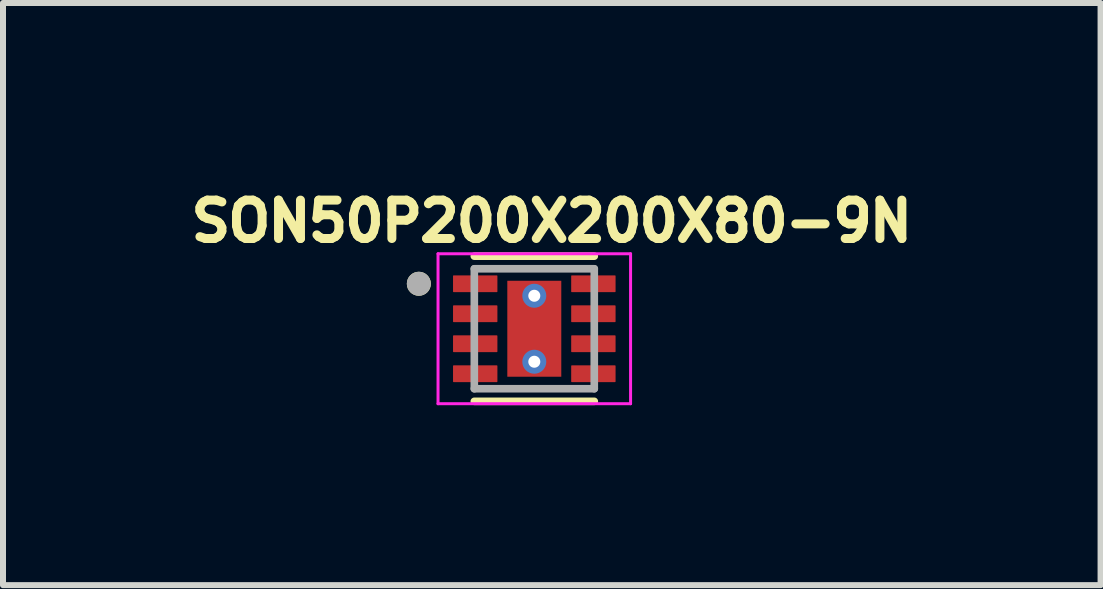
<source format=kicad_pcb>
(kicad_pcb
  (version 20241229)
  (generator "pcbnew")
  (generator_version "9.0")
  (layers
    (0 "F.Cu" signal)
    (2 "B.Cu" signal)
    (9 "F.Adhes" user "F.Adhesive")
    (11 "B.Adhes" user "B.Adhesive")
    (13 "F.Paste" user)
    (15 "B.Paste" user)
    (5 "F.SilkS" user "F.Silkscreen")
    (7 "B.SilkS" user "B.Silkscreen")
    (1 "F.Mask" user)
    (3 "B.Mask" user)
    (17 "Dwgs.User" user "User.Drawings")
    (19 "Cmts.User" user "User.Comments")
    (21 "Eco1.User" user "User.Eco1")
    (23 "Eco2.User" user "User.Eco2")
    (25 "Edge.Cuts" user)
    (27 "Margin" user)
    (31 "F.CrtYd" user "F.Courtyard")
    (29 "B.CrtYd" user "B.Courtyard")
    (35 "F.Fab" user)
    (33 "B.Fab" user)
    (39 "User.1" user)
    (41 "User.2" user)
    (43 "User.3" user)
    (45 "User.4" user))
  (footprint "SON50P200X200X80-9N"
    (layer "F.Cu")
    (at 5.858 2.431)
    (property "Reference" "SON50P200X200X80-9N" (at 0.292 -1.793 0) (layer "F.SilkS") (effects (font (size 0.64 0.64) (thickness 0.15))))
    (attr smd)
    (fp_line (start -1 -1.21) (end 1 -1.21) (stroke (width 0.127) (type solid)) (layer "F.SilkS"))
    (fp_line (start -1 1.21) (end 1 1.21) (stroke (width 0.127) (type solid)) (layer "F.SilkS"))
    (fp_circle (center -1.925 -0.75) (end -1.825 -0.75) (stroke (width 0.2) (type solid)) (fill no) (layer "F.SilkS"))
    (fp_poly (pts (xy -0.28 -0.51) (xy 0.28 -0.51) (xy 0.28 0.51) (xy -0.28 0.51)) (stroke (width 0.01) (type solid)) (fill yes) (layer "F.Paste"))
    (fp_line (start -1.605 -1.25) (end -1.605 1.25) (stroke (width 0.05) (type solid)) (layer "F.CrtYd"))
    (fp_line (start -1.605 -1.25) (end 1.605 -1.25) (stroke (width 0.05) (type solid)) (layer "F.CrtYd"))
    (fp_line (start -1.605 1.25) (end 1.605 1.25) (stroke (width 0.05) (type solid)) (layer "F.CrtYd"))
    (fp_line (start 1.605 -1.25) (end 1.605 1.25) (stroke (width 0.05) (type solid)) (layer "F.CrtYd"))
    (fp_line (start -1 -1) (end -1 1) (stroke (width 0.127) (type solid)) (layer "F.Fab"))
    (fp_line (start -1 -1) (end 1 -1) (stroke (width 0.127) (type solid)) (layer "F.Fab"))
    (fp_line (start -1 1) (end 1 1) (stroke (width 0.127) (type solid)) (layer "F.Fab"))
    (fp_line (start 1 -1) (end 1 1) (stroke (width 0.127) (type solid)) (layer "F.Fab"))
    (fp_circle (center -1.925 -0.75) (end -1.825 -0.75) (stroke (width 0.2) (type solid)) (fill no) (layer "F.Fab"))
    (pad "1" smd roundrect (at -0.985 -0.75) (size 0.74 0.28) (layers "F.Cu" "F.Mask" "F.Paste") (roundrect_rratio 0.04))
    (pad "2" smd roundrect (at -0.985 -0.25) (size 0.74 0.28) (layers "F.Cu" "F.Mask" "F.Paste") (roundrect_rratio 0.04))
    (pad "3" smd roundrect (at -0.985 0.25) (size 0.74 0.28) (layers "F.Cu" "F.Mask" "F.Paste") (roundrect_rratio 0.04))
    (pad "4" smd roundrect (at -0.985 0.75) (size 0.74 0.28) (layers "F.Cu" "F.Mask" "F.Paste") (roundrect_rratio 0.04))
    (pad "5" smd roundrect (at 0.985 0.75) (size 0.74 0.28) (layers "F.Cu" "F.Mask" "F.Paste") (roundrect_rratio 0.04))
    (pad "6" smd roundrect (at 0.985 0.25) (size 0.74 0.28) (layers "F.Cu" "F.Mask" "F.Paste") (roundrect_rratio 0.04))
    (pad "7" smd roundrect (at 0.985 -0.25) (size 0.74 0.28) (layers "F.Cu" "F.Mask" "F.Paste") (roundrect_rratio 0.04))
    (pad "8" smd roundrect (at 0.985 -0.75) (size 0.74 0.28) (layers "F.Cu" "F.Mask" "F.Paste") (roundrect_rratio 0.04))
    (pad "9" smd rect (at 0 0) (size 0.9 1.6) (layers "F.Cu" "F.Mask"))
    (pad "9_1" thru_hole circle (at 0 -0.55) (size 0.4 0.4) (drill 0.2) (layers "*.Cu"))
    (pad "9_2" thru_hole circle (at 0 0.55) (size 0.4 0.4) (drill 0.2) (layers "*.Cu")))
  (gr_rect
    (start -3 -3)
    (end 15.299 6.706)
    (stroke (width 0.1) (type default))
    (fill no)
    (layer "Edge.Cuts")))
</source>
